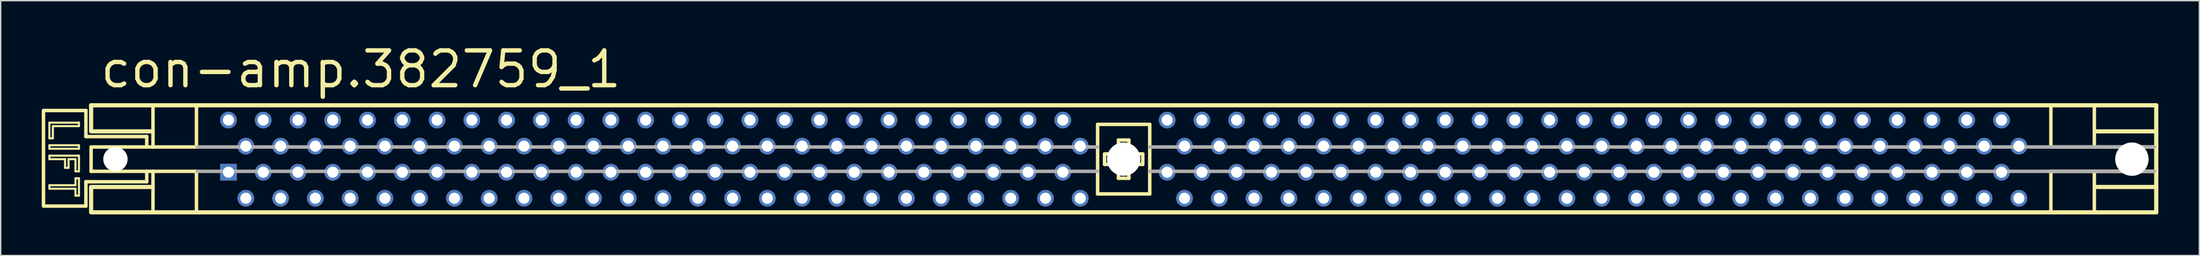
<source format=kicad_pcb>
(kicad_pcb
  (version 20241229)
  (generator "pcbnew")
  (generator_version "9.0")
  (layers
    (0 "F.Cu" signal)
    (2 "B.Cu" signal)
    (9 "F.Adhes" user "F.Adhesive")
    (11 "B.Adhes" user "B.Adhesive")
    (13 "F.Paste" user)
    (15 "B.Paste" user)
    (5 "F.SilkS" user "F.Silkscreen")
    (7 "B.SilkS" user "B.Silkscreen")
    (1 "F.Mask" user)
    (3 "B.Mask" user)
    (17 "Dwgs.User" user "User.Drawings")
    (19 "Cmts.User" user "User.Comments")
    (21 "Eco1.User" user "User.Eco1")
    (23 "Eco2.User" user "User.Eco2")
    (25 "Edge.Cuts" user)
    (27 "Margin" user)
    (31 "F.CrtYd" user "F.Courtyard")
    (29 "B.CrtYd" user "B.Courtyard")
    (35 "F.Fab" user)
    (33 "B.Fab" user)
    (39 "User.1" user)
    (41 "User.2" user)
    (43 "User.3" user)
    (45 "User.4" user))
  (footprint "con-amp.382759_1"
    (layer "F.Cu")
    (at 79.045 8.58)
    (property "Reference" "con-amp.382759_1" (at -74.93 -5.08 0) (layer "F.SilkS") (effects (font (size 2.54 2.54) (thickness 0.32)) (justify left bottom)))
    (attr through_hole)
    (fp_line (start -78.918 -3.556) (end -78.918 3.429) (stroke (width 0.254) (type default)) (layer "F.SilkS"))
    (fp_line (start -78.867 -3.556) (end -75.819 -3.556) (stroke (width 0.254) (type default)) (layer "F.SilkS"))
    (fp_line (start -78.486 -2.667) (end -78.486 -1.524) (stroke (width 0.152) (type default)) (layer "F.SilkS"))
    (fp_line (start -78.486 -1.524) (end -78.232 -1.524) (stroke (width 0.152) (type default)) (layer "F.SilkS"))
    (fp_line (start -78.486 -1.016) (end -78.486 -0.762) (stroke (width 0.152) (type default)) (layer "F.SilkS"))
    (fp_line (start -78.486 -0.762) (end -76.327 -0.762) (stroke (width 0.152) (type default)) (layer "F.SilkS"))
    (fp_line (start -78.486 -0.254) (end -76.327 -0.254) (stroke (width 0.152) (type default)) (layer "F.SilkS"))
    (fp_line (start -78.486 0) (end -78.486 -0.254) (stroke (width 0.152) (type default)) (layer "F.SilkS"))
    (fp_line (start -78.486 1.905) (end -76.581 1.905) (stroke (width 0.152) (type default)) (layer "F.SilkS"))
    (fp_line (start -78.486 2.159) (end -78.486 1.905) (stroke (width 0.152) (type default)) (layer "F.SilkS"))
    (fp_line (start -78.232 -2.413) (end -76.327 -2.413) (stroke (width 0.152) (type default)) (layer "F.SilkS"))
    (fp_line (start -78.232 -1.524) (end -78.232 -2.413) (stroke (width 0.152) (type default)) (layer "F.SilkS"))
    (fp_line (start -77.343 0) (end -78.486 0) (stroke (width 0.152) (type default)) (layer "F.SilkS"))
    (fp_line (start -77.343 0.635) (end -77.343 0) (stroke (width 0.152) (type default)) (layer "F.SilkS"))
    (fp_line (start -77.089 0) (end -77.089 0.635) (stroke (width 0.152) (type default)) (layer "F.SilkS"))
    (fp_line (start -77.089 0.635) (end -77.343 0.635) (stroke (width 0.152) (type default)) (layer "F.SilkS"))
    (fp_line (start -76.581 0) (end -77.089 0) (stroke (width 0.152) (type default)) (layer "F.SilkS"))
    (fp_line (start -76.581 0.889) (end -76.581 0) (stroke (width 0.152) (type default)) (layer "F.SilkS"))
    (fp_line (start -76.581 1.397) (end -76.327 1.397) (stroke (width 0.152) (type default)) (layer "F.SilkS"))
    (fp_line (start -76.581 1.905) (end -76.581 1.397) (stroke (width 0.152) (type default)) (layer "F.SilkS"))
    (fp_line (start -76.581 2.159) (end -78.486 2.159) (stroke (width 0.152) (type default)) (layer "F.SilkS"))
    (fp_line (start -76.581 2.667) (end -76.581 2.159) (stroke (width 0.152) (type default)) (layer "F.SilkS"))
    (fp_line (start -76.327 -2.667) (end -78.486 -2.667) (stroke (width 0.152) (type default)) (layer "F.SilkS"))
    (fp_line (start -76.327 -2.413) (end -76.327 -2.667) (stroke (width 0.152) (type default)) (layer "F.SilkS"))
    (fp_line (start -76.327 -1.016) (end -78.486 -1.016) (stroke (width 0.152) (type default)) (layer "F.SilkS"))
    (fp_line (start -76.327 -0.762) (end -76.327 -1.016) (stroke (width 0.152) (type default)) (layer "F.SilkS"))
    (fp_line (start -76.327 -0.254) (end -76.327 0.889) (stroke (width 0.152) (type default)) (layer "F.SilkS"))
    (fp_line (start -76.327 0.889) (end -76.581 0.889) (stroke (width 0.152) (type default)) (layer "F.SilkS"))
    (fp_line (start -76.327 1.397) (end -76.327 2.667) (stroke (width 0.152) (type default)) (layer "F.SilkS"))
    (fp_line (start -76.327 2.667) (end -76.581 2.667) (stroke (width 0.152) (type default)) (layer "F.SilkS"))
    (fp_line (start -75.819 -3.556) (end -75.819 -1.651) (stroke (width 0.254) (type default)) (layer "F.SilkS"))
    (fp_line (start -75.819 -1.651) (end -71.374 -1.651) (stroke (width 0.254) (type default)) (layer "F.SilkS"))
    (fp_line (start -75.819 1.651) (end -75.819 3.429) (stroke (width 0.254) (type default)) (layer "F.SilkS"))
    (fp_line (start -75.819 3.429) (end -78.867 3.429) (stroke (width 0.254) (type default)) (layer "F.SilkS"))
    (fp_line (start -75.438 -3.937) (end -75.438 -2.032) (stroke (width 0.305) (type default)) (layer "F.SilkS"))
    (fp_line (start -75.438 -3.937) (end 75.438 -3.937) (stroke (width 0.305) (type default)) (layer "F.SilkS"))
    (fp_line (start -75.438 -0.889) (end -75.438 0.889) (stroke (width 0.254) (type default)) (layer "F.SilkS"))
    (fp_line (start -75.438 0.889) (end -71.374 0.889) (stroke (width 0.254) (type default)) (layer "F.SilkS"))
    (fp_line (start -75.438 2.032) (end -75.438 3.81) (stroke (width 0.305) (type default)) (layer "F.SilkS"))
    (fp_line (start -75.311 -2.032) (end -70.993 -2.032) (stroke (width 0.305) (type default)) (layer "F.SilkS"))
    (fp_line (start -75.311 2.032) (end -70.993 2.032) (stroke (width 0.305) (type default)) (layer "F.SilkS"))
    (fp_line (start -71.374 -1.651) (end -71.374 -0.889) (stroke (width 0.254) (type default)) (layer "F.SilkS"))
    (fp_line (start -71.374 -0.889) (end -75.438 -0.889) (stroke (width 0.254) (type default)) (layer "F.SilkS"))
    (fp_line (start -71.374 0.889) (end -71.374 1.651) (stroke (width 0.254) (type default)) (layer "F.SilkS"))
    (fp_line (start -71.374 1.651) (end -75.819 1.651) (stroke (width 0.254) (type default)) (layer "F.SilkS"))
    (fp_line (start -71.247 -0.889) (end -67.818 -0.889) (stroke (width 0.254) (type default)) (layer "F.SilkS"))
    (fp_line (start -71.247 0.889) (end -67.818 0.889) (stroke (width 0.254) (type default)) (layer "F.SilkS"))
    (fp_line (start -70.917 -3.861) (end -70.917 -0.889) (stroke (width 0.254) (type default)) (layer "F.SilkS"))
    (fp_line (start -70.917 0.889) (end -70.917 3.81) (stroke (width 0.254) (type default)) (layer "F.SilkS"))
    (fp_line (start -67.742 -3.861) (end -67.742 -0.889) (stroke (width 0.254) (type default)) (layer "F.SilkS"))
    (fp_line (start -67.742 0.889) (end -67.742 3.81) (stroke (width 0.254) (type default)) (layer "F.SilkS"))
    (fp_line (start -1.905 -2.54) (end -1.905 2.54) (stroke (width 0.254) (type default)) (layer "F.SilkS"))
    (fp_line (start -1.905 2.54) (end 1.905 2.54) (stroke (width 0.254) (type default)) (layer "F.SilkS"))
    (fp_line (start -1.397 -0.381) (end -1.397 0.381) (stroke (width 0.254) (type default)) (layer "F.SilkS"))
    (fp_line (start -1.397 0.381) (end -0.381 0.381) (stroke (width 0.254) (type default)) (layer "F.SilkS"))
    (fp_line (start -0.381 -1.397) (end -0.381 -0.381) (stroke (width 0.254) (type default)) (layer "F.SilkS"))
    (fp_line (start -0.381 -0.381) (end -1.397 -0.381) (stroke (width 0.254) (type default)) (layer "F.SilkS"))
    (fp_line (start -0.381 0.381) (end -0.381 1.397) (stroke (width 0.254) (type default)) (layer "F.SilkS"))
    (fp_line (start -0.381 1.397) (end 0.381 1.397) (stroke (width 0.254) (type default)) (layer "F.SilkS"))
    (fp_line (start 0.381 -1.397) (end -0.381 -1.397) (stroke (width 0.254) (type default)) (layer "F.SilkS"))
    (fp_line (start 0.381 -0.381) (end 0.381 -1.397) (stroke (width 0.254) (type default)) (layer "F.SilkS"))
    (fp_line (start 0.381 0.381) (end 1.397 0.381) (stroke (width 0.254) (type default)) (layer "F.SilkS"))
    (fp_line (start 0.381 1.397) (end 0.381 0.381) (stroke (width 0.254) (type default)) (layer "F.SilkS"))
    (fp_line (start 1.397 -0.381) (end 0.381 -0.381) (stroke (width 0.254) (type default)) (layer "F.SilkS"))
    (fp_line (start 1.397 0.381) (end 1.397 -0.381) (stroke (width 0.254) (type default)) (layer "F.SilkS"))
    (fp_line (start 1.905 -2.54) (end -1.905 -2.54) (stroke (width 0.254) (type default)) (layer "F.SilkS"))
    (fp_line (start 1.905 2.54) (end 1.905 -2.54) (stroke (width 0.254) (type default)) (layer "F.SilkS"))
    (fp_line (start 67.742 -3.861) (end 67.742 -0.889) (stroke (width 0.254) (type default)) (layer "F.SilkS"))
    (fp_line (start 67.742 0.889) (end 67.742 3.81) (stroke (width 0.254) (type default)) (layer "F.SilkS"))
    (fp_line (start 70.917 -3.861) (end 70.917 -0.889) (stroke (width 0.254) (type default)) (layer "F.SilkS"))
    (fp_line (start 70.917 0.889) (end 70.917 3.81) (stroke (width 0.254) (type default)) (layer "F.SilkS"))
    (fp_line (start 75.438 -3.937) (end 75.438 -2.032) (stroke (width 0.305) (type default)) (layer "F.SilkS"))
    (fp_line (start 75.438 -2.032) (end 70.993 -2.032) (stroke (width 0.305) (type default)) (layer "F.SilkS"))
    (fp_line (start 75.438 -2.032) (end 75.438 -0.889) (stroke (width 0.305) (type default)) (layer "F.SilkS"))
    (fp_line (start 75.438 -0.889) (end 67.818 -0.889) (stroke (width 0.254) (type default)) (layer "F.SilkS"))
    (fp_line (start 75.438 -0.889) (end 75.438 0.889) (stroke (width 0.305) (type default)) (layer "F.SilkS"))
    (fp_line (start 75.438 0.889) (end 67.818 0.889) (stroke (width 0.254) (type default)) (layer "F.SilkS"))
    (fp_line (start 75.438 0.889) (end 75.438 2.032) (stroke (width 0.305) (type default)) (layer "F.SilkS"))
    (fp_line (start 75.438 2.032) (end 70.993 2.032) (stroke (width 0.305) (type default)) (layer "F.SilkS"))
    (fp_line (start 75.438 2.032) (end 75.438 3.886) (stroke (width 0.305) (type default)) (layer "F.SilkS"))
    (fp_line (start 75.438 3.886) (end -75.438 3.886) (stroke (width 0.305) (type default)) (layer "F.SilkS"))
    (fp_line (start -67.691 -0.889) (end -1.905 -0.889) (stroke (width 0.254) (type default)) (layer "F.Fab"))
    (fp_line (start -67.691 0.889) (end -1.905 0.889) (stroke (width 0.254) (type default)) (layer "F.Fab"))
    (fp_line (start 1.905 -0.889) (end 75.311 -0.889) (stroke (width 0.254) (type default)) (layer "F.Fab"))
    (fp_line (start 1.905 0.889) (end 75.311 0.889) (stroke (width 0.254) (type default)) (layer "F.Fab"))
    (pad "" np_thru_hole circle (at -73.66 0) (size 1.778 1.778) (drill 1.778) (layers "*.Cu" "*.Mask"))
    (pad "" np_thru_hole circle (at 0 0) (size 2.438 2.438) (drill 2.438) (layers "*.Cu" "*.Mask"))
    (pad "" np_thru_hole circle (at 73.66 0) (size 2.438 2.438) (drill 2.438) (layers "*.Cu" "*.Mask"))
    (pad "1" thru_hole rect (at -65.405 0.953) (size 1.219 1.219) (drill 0.813) (layers "*.Cu" "*.Mask"))
    (pad "2" thru_hole circle (at -64.135 2.857) (size 1.219 1.219) (drill 0.813) (layers "*.Cu" "*.Mask"))
    (pad "3" thru_hole circle (at -62.865 0.953) (size 1.219 1.219) (drill 0.813) (layers "*.Cu" "*.Mask"))
    (pad "4" thru_hole circle (at -61.595 2.857) (size 1.219 1.219) (drill 0.813) (layers "*.Cu" "*.Mask"))
    (pad "5" thru_hole circle (at -60.325 0.953) (size 1.219 1.219) (drill 0.813) (layers "*.Cu" "*.Mask"))
    (pad "6" thru_hole circle (at -59.055 2.857) (size 1.219 1.219) (drill 0.813) (layers "*.Cu" "*.Mask"))
    (pad "7" thru_hole circle (at -57.785 0.953) (size 1.219 1.219) (drill 0.813) (layers "*.Cu" "*.Mask"))
    (pad "8" thru_hole circle (at -56.515 2.857) (size 1.219 1.219) (drill 0.813) (layers "*.Cu" "*.Mask"))
    (pad "9" thru_hole circle (at -55.245 0.953) (size 1.219 1.219) (drill 0.813) (layers "*.Cu" "*.Mask"))
    (pad "10" thru_hole circle (at -53.975 2.857) (size 1.219 1.219) (drill 0.813) (layers "*.Cu" "*.Mask"))
    (pad "11" thru_hole circle (at -52.705 0.953) (size 1.219 1.219) (drill 0.813) (layers "*.Cu" "*.Mask"))
    (pad "12" thru_hole circle (at -51.435 2.857) (size 1.219 1.219) (drill 0.813) (layers "*.Cu" "*.Mask"))
    (pad "13" thru_hole circle (at -50.165 0.953) (size 1.219 1.219) (drill 0.813) (layers "*.Cu" "*.Mask"))
    (pad "14" thru_hole circle (at -48.895 2.857) (size 1.219 1.219) (drill 0.813) (layers "*.Cu" "*.Mask"))
    (pad "15" thru_hole circle (at -47.625 0.953) (size 1.219 1.219) (drill 0.813) (layers "*.Cu" "*.Mask"))
    (pad "16" thru_hole circle (at -46.355 2.857) (size 1.219 1.219) (drill 0.813) (layers "*.Cu" "*.Mask"))
    (pad "17" thru_hole circle (at -45.085 0.953) (size 1.219 1.219) (drill 0.813) (layers "*.Cu" "*.Mask"))
    (pad "18" thru_hole circle (at -43.815 2.857) (size 1.219 1.219) (drill 0.813) (layers "*.Cu" "*.Mask"))
    (pad "19" thru_hole circle (at -42.545 0.953) (size 1.219 1.219) (drill 0.813) (layers "*.Cu" "*.Mask"))
    (pad "20" thru_hole circle (at -41.275 2.857) (size 1.219 1.219) (drill 0.813) (layers "*.Cu" "*.Mask"))
    (pad "21" thru_hole circle (at -40.005 0.953) (size 1.219 1.219) (drill 0.813) (layers "*.Cu" "*.Mask"))
    (pad "22" thru_hole circle (at -38.735 2.857) (size 1.219 1.219) (drill 0.813) (layers "*.Cu" "*.Mask"))
    (pad "23" thru_hole circle (at -37.465 0.953) (size 1.219 1.219) (drill 0.813) (layers "*.Cu" "*.Mask"))
    (pad "24" thru_hole circle (at -36.195 2.857) (size 1.219 1.219) (drill 0.813) (layers "*.Cu" "*.Mask"))
    (pad "25" thru_hole circle (at -34.925 0.953) (size 1.219 1.219) (drill 0.813) (layers "*.Cu" "*.Mask"))
    (pad "26" thru_hole circle (at -33.655 2.857) (size 1.219 1.219) (drill 0.813) (layers "*.Cu" "*.Mask"))
    (pad "27" thru_hole circle (at -32.385 0.953) (size 1.219 1.219) (drill 0.813) (layers "*.Cu" "*.Mask"))
    (pad "28" thru_hole circle (at -31.115 2.857) (size 1.219 1.219) (drill 0.813) (layers "*.Cu" "*.Mask"))
    (pad "29" thru_hole circle (at -29.845 0.953) (size 1.219 1.219) (drill 0.813) (layers "*.Cu" "*.Mask"))
    (pad "30" thru_hole circle (at -28.575 2.857) (size 1.219 1.219) (drill 0.813) (layers "*.Cu" "*.Mask"))
    (pad "31" thru_hole circle (at -27.305 0.953) (size 1.219 1.219) (drill 0.813) (layers "*.Cu" "*.Mask"))
    (pad "32" thru_hole circle (at -26.035 2.857) (size 1.219 1.219) (drill 0.813) (layers "*.Cu" "*.Mask"))
    (pad "33" thru_hole circle (at -24.765 0.953) (size 1.219 1.219) (drill 0.813) (layers "*.Cu" "*.Mask"))
    (pad "34" thru_hole circle (at -23.495 2.857) (size 1.219 1.219) (drill 0.813) (layers "*.Cu" "*.Mask"))
    (pad "35" thru_hole circle (at -22.225 0.953) (size 1.219 1.219) (drill 0.813) (layers "*.Cu" "*.Mask"))
    (pad "36" thru_hole circle (at -20.955 2.857) (size 1.219 1.219) (drill 0.813) (layers "*.Cu" "*.Mask"))
    (pad "37" thru_hole circle (at -19.685 0.953) (size 1.219 1.219) (drill 0.813) (layers "*.Cu" "*.Mask"))
    (pad "38" thru_hole circle (at -18.415 2.857) (size 1.219 1.219) (drill 0.813) (layers "*.Cu" "*.Mask"))
    (pad "39" thru_hole circle (at -17.145 0.953) (size 1.219 1.219) (drill 0.813) (layers "*.Cu" "*.Mask"))
    (pad "40" thru_hole circle (at -15.875 2.857) (size 1.219 1.219) (drill 0.813) (layers "*.Cu" "*.Mask"))
    (pad "41" thru_hole circle (at -14.605 0.953) (size 1.219 1.219) (drill 0.813) (layers "*.Cu" "*.Mask"))
    (pad "42" thru_hole circle (at -13.335 2.857) (size 1.219 1.219) (drill 0.813) (layers "*.Cu" "*.Mask"))
    (pad "43" thru_hole circle (at -12.065 0.953) (size 1.219 1.219) (drill 0.813) (layers "*.Cu" "*.Mask"))
    (pad "44" thru_hole circle (at -10.795 2.857) (size 1.219 1.219) (drill 0.813) (layers "*.Cu" "*.Mask"))
    (pad "45" thru_hole circle (at -9.525 0.953) (size 1.219 1.219) (drill 0.813) (layers "*.Cu" "*.Mask"))
    (pad "46" thru_hole circle (at -8.255 2.857) (size 1.219 1.219) (drill 0.813) (layers "*.Cu" "*.Mask"))
    (pad "47" thru_hole circle (at -6.985 0.953) (size 1.219 1.219) (drill 0.813) (layers "*.Cu" "*.Mask"))
    (pad "48" thru_hole circle (at -5.715 2.857) (size 1.219 1.219) (drill 0.813) (layers "*.Cu" "*.Mask"))
    (pad "49" thru_hole circle (at -4.445 0.953) (size 1.219 1.219) (drill 0.813) (layers "*.Cu" "*.Mask"))
    (pad "50" thru_hole circle (at -3.175 2.857) (size 1.219 1.219) (drill 0.813) (layers "*.Cu" "*.Mask"))
    (pad "51" thru_hole circle (at 3.175 0.953) (size 1.219 1.219) (drill 0.813) (layers "*.Cu" "*.Mask"))
    (pad "52" thru_hole circle (at 4.445 2.857) (size 1.219 1.219) (drill 0.813) (layers "*.Cu" "*.Mask"))
    (pad "53" thru_hole circle (at 5.715 0.953) (size 1.219 1.219) (drill 0.813) (layers "*.Cu" "*.Mask"))
    (pad "54" thru_hole circle (at 6.985 2.857) (size 1.219 1.219) (drill 0.813) (layers "*.Cu" "*.Mask"))
    (pad "55" thru_hole circle (at 8.255 0.953) (size 1.219 1.219) (drill 0.813) (layers "*.Cu" "*.Mask"))
    (pad "56" thru_hole circle (at 9.525 2.857) (size 1.219 1.219) (drill 0.813) (layers "*.Cu" "*.Mask"))
    (pad "57" thru_hole circle (at 10.795 0.953) (size 1.219 1.219) (drill 0.813) (layers "*.Cu" "*.Mask"))
    (pad "58" thru_hole circle (at 12.065 2.857) (size 1.219 1.219) (drill 0.813) (layers "*.Cu" "*.Mask"))
    (pad "59" thru_hole circle (at 13.335 0.953) (size 1.219 1.219) (drill 0.813) (layers "*.Cu" "*.Mask"))
    (pad "60" thru_hole circle (at 14.605 2.857) (size 1.219 1.219) (drill 0.813) (layers "*.Cu" "*.Mask"))
    (pad "61" thru_hole circle (at 15.875 0.953) (size 1.219 1.219) (drill 0.813) (layers "*.Cu" "*.Mask"))
    (pad "62" thru_hole circle (at 17.145 2.857) (size 1.219 1.219) (drill 0.813) (layers "*.Cu" "*.Mask"))
    (pad "63" thru_hole circle (at 18.415 0.953) (size 1.219 1.219) (drill 0.813) (layers "*.Cu" "*.Mask"))
    (pad "64" thru_hole circle (at 19.685 2.857) (size 1.219 1.219) (drill 0.813) (layers "*.Cu" "*.Mask"))
    (pad "65" thru_hole circle (at 20.955 0.953) (size 1.219 1.219) (drill 0.813) (layers "*.Cu" "*.Mask"))
    (pad "66" thru_hole circle (at 22.225 2.857) (size 1.219 1.219) (drill 0.813) (layers "*.Cu" "*.Mask"))
    (pad "67" thru_hole circle (at 23.495 0.953) (size 1.219 1.219) (drill 0.813) (layers "*.Cu" "*.Mask"))
    (pad "68" thru_hole circle (at 24.765 2.857) (size 1.219 1.219) (drill 0.813) (layers "*.Cu" "*.Mask"))
    (pad "69" thru_hole circle (at 26.035 0.953) (size 1.219 1.219) (drill 0.813) (layers "*.Cu" "*.Mask"))
    (pad "70" thru_hole circle (at 27.305 2.857) (size 1.219 1.219) (drill 0.813) (layers "*.Cu" "*.Mask"))
    (pad "71" thru_hole circle (at 28.575 0.953) (size 1.219 1.219) (drill 0.813) (layers "*.Cu" "*.Mask"))
    (pad "72" thru_hole circle (at 29.845 2.857) (size 1.219 1.219) (drill 0.813) (layers "*.Cu" "*.Mask"))
    (pad "73" thru_hole circle (at 31.115 0.953) (size 1.219 1.219) (drill 0.813) (layers "*.Cu" "*.Mask"))
    (pad "74" thru_hole circle (at 32.385 2.857) (size 1.219 1.219) (drill 0.813) (layers "*.Cu" "*.Mask"))
    (pad "75" thru_hole circle (at 33.655 0.953) (size 1.219 1.219) (drill 0.813) (layers "*.Cu" "*.Mask"))
    (pad "76" thru_hole circle (at 34.925 2.857) (size 1.219 1.219) (drill 0.813) (layers "*.Cu" "*.Mask"))
    (pad "77" thru_hole circle (at 36.195 0.953) (size 1.219 1.219) (drill 0.813) (layers "*.Cu" "*.Mask"))
    (pad "78" thru_hole circle (at 37.465 2.857) (size 1.219 1.219) (drill 0.813) (layers "*.Cu" "*.Mask"))
    (pad "79" thru_hole circle (at 38.735 0.953) (size 1.219 1.219) (drill 0.813) (layers "*.Cu" "*.Mask"))
    (pad "80" thru_hole circle (at 40.005 2.857) (size 1.219 1.219) (drill 0.813) (layers "*.Cu" "*.Mask"))
    (pad "81" thru_hole circle (at 41.275 0.953) (size 1.219 1.219) (drill 0.813) (layers "*.Cu" "*.Mask"))
    (pad "82" thru_hole circle (at 42.545 2.857) (size 1.219 1.219) (drill 0.813) (layers "*.Cu" "*.Mask"))
    (pad "83" thru_hole circle (at 43.815 0.953) (size 1.219 1.219) (drill 0.813) (layers "*.Cu" "*.Mask"))
    (pad "84" thru_hole circle (at 45.085 2.857) (size 1.219 1.219) (drill 0.813) (layers "*.Cu" "*.Mask"))
    (pad "85" thru_hole circle (at 46.355 0.953) (size 1.219 1.219) (drill 0.813) (layers "*.Cu" "*.Mask"))
    (pad "86" thru_hole circle (at 47.625 2.857) (size 1.219 1.219) (drill 0.813) (layers "*.Cu" "*.Mask"))
    (pad "87" thru_hole circle (at 48.895 0.953) (size 1.219 1.219) (drill 0.813) (layers "*.Cu" "*.Mask"))
    (pad "88" thru_hole circle (at 50.165 2.857) (size 1.219 1.219) (drill 0.813) (layers "*.Cu" "*.Mask"))
    (pad "89" thru_hole circle (at 51.435 0.953) (size 1.219 1.219) (drill 0.813) (layers "*.Cu" "*.Mask"))
    (pad "90" thru_hole circle (at 52.705 2.857) (size 1.219 1.219) (drill 0.813) (layers "*.Cu" "*.Mask"))
    (pad "91" thru_hole circle (at 53.975 0.953) (size 1.219 1.219) (drill 0.813) (layers "*.Cu" "*.Mask"))
    (pad "92" thru_hole circle (at 55.245 2.857) (size 1.219 1.219) (drill 0.813) (layers "*.Cu" "*.Mask"))
    (pad "93" thru_hole circle (at 56.515 0.953) (size 1.219 1.219) (drill 0.813) (layers "*.Cu" "*.Mask"))
    (pad "94" thru_hole circle (at 57.785 2.857) (size 1.219 1.219) (drill 0.813) (layers "*.Cu" "*.Mask"))
    (pad "95" thru_hole circle (at 59.055 0.953) (size 1.219 1.219) (drill 0.813) (layers "*.Cu" "*.Mask"))
    (pad "96" thru_hole circle (at 60.325 2.857) (size 1.219 1.219) (drill 0.813) (layers "*.Cu" "*.Mask"))
    (pad "97" thru_hole circle (at 61.595 0.953) (size 1.219 1.219) (drill 0.813) (layers "*.Cu" "*.Mask"))
    (pad "98" thru_hole circle (at 62.865 2.857) (size 1.219 1.219) (drill 0.813) (layers "*.Cu" "*.Mask"))
    (pad "99" thru_hole circle (at 64.135 0.953) (size 1.219 1.219) (drill 0.813) (layers "*.Cu" "*.Mask"))
    (pad "100" thru_hole circle (at 65.405 2.857) (size 1.219 1.219) (drill 0.813) (layers "*.Cu" "*.Mask"))
    (pad "101" thru_hole circle (at -65.405 -2.857) (size 1.219 1.219) (drill 0.813) (layers "*.Cu" "*.Mask"))
    (pad "102" thru_hole circle (at -64.135 -0.953) (size 1.219 1.219) (drill 0.813) (layers "*.Cu" "*.Mask"))
    (pad "103" thru_hole circle (at -62.865 -2.857) (size 1.219 1.219) (drill 0.813) (layers "*.Cu" "*.Mask"))
    (pad "104" thru_hole circle (at -61.595 -0.953) (size 1.219 1.219) (drill 0.813) (layers "*.Cu" "*.Mask"))
    (pad "105" thru_hole circle (at -60.325 -2.857) (size 1.219 1.219) (drill 0.813) (layers "*.Cu" "*.Mask"))
    (pad "106" thru_hole circle (at -59.055 -0.953) (size 1.219 1.219) (drill 0.813) (layers "*.Cu" "*.Mask"))
    (pad "107" thru_hole circle (at -57.785 -2.857) (size 1.219 1.219) (drill 0.813) (layers "*.Cu" "*.Mask"))
    (pad "108" thru_hole circle (at -56.515 -0.953) (size 1.219 1.219) (drill 0.813) (layers "*.Cu" "*.Mask"))
    (pad "109" thru_hole circle (at -55.245 -2.857) (size 1.219 1.219) (drill 0.813) (layers "*.Cu" "*.Mask"))
    (pad "110" thru_hole circle (at -53.975 -0.953) (size 1.219 1.219) (drill 0.813) (layers "*.Cu" "*.Mask"))
    (pad "111" thru_hole circle (at -52.705 -2.857) (size 1.219 1.219) (drill 0.813) (layers "*.Cu" "*.Mask"))
    (pad "112" thru_hole circle (at -51.435 -0.953) (size 1.219 1.219) (drill 0.813) (layers "*.Cu" "*.Mask"))
    (pad "113" thru_hole circle (at -50.165 -2.857) (size 1.219 1.219) (drill 0.813) (layers "*.Cu" "*.Mask"))
    (pad "114" thru_hole circle (at -48.895 -0.953) (size 1.219 1.219) (drill 0.813) (layers "*.Cu" "*.Mask"))
    (pad "115" thru_hole circle (at -47.625 -2.857) (size 1.219 1.219) (drill 0.813) (layers "*.Cu" "*.Mask"))
    (pad "116" thru_hole circle (at -46.355 -0.953) (size 1.219 1.219) (drill 0.813) (layers "*.Cu" "*.Mask"))
    (pad "117" thru_hole circle (at -45.085 -2.857) (size 1.219 1.219) (drill 0.813) (layers "*.Cu" "*.Mask"))
    (pad "118" thru_hole circle (at -43.815 -0.953) (size 1.219 1.219) (drill 0.813) (layers "*.Cu" "*.Mask"))
    (pad "119" thru_hole circle (at -42.545 -2.857) (size 1.219 1.219) (drill 0.813) (layers "*.Cu" "*.Mask"))
    (pad "120" thru_hole circle (at -41.275 -0.953) (size 1.219 1.219) (drill 0.813) (layers "*.Cu" "*.Mask"))
    (pad "121" thru_hole circle (at -40.005 -2.857) (size 1.219 1.219) (drill 0.813) (layers "*.Cu" "*.Mask"))
    (pad "122" thru_hole circle (at -38.735 -0.953) (size 1.219 1.219) (drill 0.813) (layers "*.Cu" "*.Mask"))
    (pad "123" thru_hole circle (at -37.465 -2.857) (size 1.219 1.219) (drill 0.813) (layers "*.Cu" "*.Mask"))
    (pad "124" thru_hole circle (at -36.195 -0.953) (size 1.219 1.219) (drill 0.813) (layers "*.Cu" "*.Mask"))
    (pad "125" thru_hole circle (at -34.925 -2.857) (size 1.219 1.219) (drill 0.813) (layers "*.Cu" "*.Mask"))
    (pad "126" thru_hole circle (at -33.655 -0.953) (size 1.219 1.219) (drill 0.813) (layers "*.Cu" "*.Mask"))
    (pad "127" thru_hole circle (at -32.385 -2.857) (size 1.219 1.219) (drill 0.813) (layers "*.Cu" "*.Mask"))
    (pad "128" thru_hole circle (at -31.115 -0.953) (size 1.219 1.219) (drill 0.813) (layers "*.Cu" "*.Mask"))
    (pad "129" thru_hole circle (at -29.845 -2.857) (size 1.219 1.219) (drill 0.813) (layers "*.Cu" "*.Mask"))
    (pad "130" thru_hole circle (at -28.575 -0.953) (size 1.219 1.219) (drill 0.813) (layers "*.Cu" "*.Mask"))
    (pad "131" thru_hole circle (at -27.305 -2.857) (size 1.219 1.219) (drill 0.813) (layers "*.Cu" "*.Mask"))
    (pad "132" thru_hole circle (at -26.035 -0.953) (size 1.219 1.219) (drill 0.813) (layers "*.Cu" "*.Mask"))
    (pad "133" thru_hole circle (at -24.765 -2.857) (size 1.219 1.219) (drill 0.813) (layers "*.Cu" "*.Mask"))
    (pad "134" thru_hole circle (at -23.495 -0.953) (size 1.219 1.219) (drill 0.813) (layers "*.Cu" "*.Mask"))
    (pad "135" thru_hole circle (at -22.225 -2.857) (size 1.219 1.219) (drill 0.813) (layers "*.Cu" "*.Mask"))
    (pad "136" thru_hole circle (at -20.955 -0.953) (size 1.219 1.219) (drill 0.813) (layers "*.Cu" "*.Mask"))
    (pad "137" thru_hole circle (at -19.685 -2.857) (size 1.219 1.219) (drill 0.813) (layers "*.Cu" "*.Mask"))
    (pad "138" thru_hole circle (at -18.415 -0.953) (size 1.219 1.219) (drill 0.813) (layers "*.Cu" "*.Mask"))
    (pad "139" thru_hole circle (at -17.145 -2.857) (size 1.219 1.219) (drill 0.813) (layers "*.Cu" "*.Mask"))
    (pad "140" thru_hole circle (at -15.875 -0.953) (size 1.219 1.219) (drill 0.813) (layers "*.Cu" "*.Mask"))
    (pad "141" thru_hole circle (at -14.605 -2.857) (size 1.219 1.219) (drill 0.813) (layers "*.Cu" "*.Mask"))
    (pad "142" thru_hole circle (at -13.335 -0.953) (size 1.219 1.219) (drill 0.813) (layers "*.Cu" "*.Mask"))
    (pad "143" thru_hole circle (at -12.065 -2.857) (size 1.219 1.219) (drill 0.813) (layers "*.Cu" "*.Mask"))
    (pad "144" thru_hole circle (at -10.795 -0.953) (size 1.219 1.219) (drill 0.813) (layers "*.Cu" "*.Mask"))
    (pad "145" thru_hole circle (at -9.525 -2.857) (size 1.219 1.219) (drill 0.813) (layers "*.Cu" "*.Mask"))
    (pad "146" thru_hole circle (at -8.255 -0.953) (size 1.219 1.219) (drill 0.813) (layers "*.Cu" "*.Mask"))
    (pad "147" thru_hole circle (at -6.985 -2.857) (size 1.219 1.219) (drill 0.813) (layers "*.Cu" "*.Mask"))
    (pad "148" thru_hole circle (at -5.715 -0.953) (size 1.219 1.219) (drill 0.813) (layers "*.Cu" "*.Mask"))
    (pad "149" thru_hole circle (at -4.445 -2.857) (size 1.219 1.219) (drill 0.813) (layers "*.Cu" "*.Mask"))
    (pad "150" thru_hole circle (at -3.175 -0.953) (size 1.219 1.219) (drill 0.813) (layers "*.Cu" "*.Mask"))
    (pad "151" thru_hole circle (at 3.175 -2.857) (size 1.219 1.219) (drill 0.813) (layers "*.Cu" "*.Mask"))
    (pad "152" thru_hole circle (at 4.445 -0.953) (size 1.219 1.219) (drill 0.813) (layers "*.Cu" "*.Mask"))
    (pad "153" thru_hole circle (at 5.715 -2.857) (size 1.219 1.219) (drill 0.813) (layers "*.Cu" "*.Mask"))
    (pad "154" thru_hole circle (at 6.985 -0.953) (size 1.219 1.219) (drill 0.813) (layers "*.Cu" "*.Mask"))
    (pad "155" thru_hole circle (at 8.255 -2.857) (size 1.219 1.219) (drill 0.813) (layers "*.Cu" "*.Mask"))
    (pad "156" thru_hole circle (at 9.525 -0.953) (size 1.219 1.219) (drill 0.813) (layers "*.Cu" "*.Mask"))
    (pad "157" thru_hole circle (at 10.795 -2.857) (size 1.219 1.219) (drill 0.813) (layers "*.Cu" "*.Mask"))
    (pad "158" thru_hole circle (at 12.065 -0.953) (size 1.219 1.219) (drill 0.813) (layers "*.Cu" "*.Mask"))
    (pad "159" thru_hole circle (at 13.335 -2.857) (size 1.219 1.219) (drill 0.813) (layers "*.Cu" "*.Mask"))
    (pad "160" thru_hole circle (at 14.605 -0.953) (size 1.219 1.219) (drill 0.813) (layers "*.Cu" "*.Mask"))
    (pad "161" thru_hole circle (at 15.875 -2.857) (size 1.219 1.219) (drill 0.813) (layers "*.Cu" "*.Mask"))
    (pad "162" thru_hole circle (at 17.145 -0.953) (size 1.219 1.219) (drill 0.813) (layers "*.Cu" "*.Mask"))
    (pad "163" thru_hole circle (at 18.415 -2.857) (size 1.219 1.219) (drill 0.813) (layers "*.Cu" "*.Mask"))
    (pad "164" thru_hole circle (at 19.685 -0.953) (size 1.219 1.219) (drill 0.813) (layers "*.Cu" "*.Mask"))
    (pad "165" thru_hole circle (at 20.955 -2.857) (size 1.219 1.219) (drill 0.813) (layers "*.Cu" "*.Mask"))
    (pad "166" thru_hole circle (at 22.225 -0.953) (size 1.219 1.219) (drill 0.813) (layers "*.Cu" "*.Mask"))
    (pad "167" thru_hole circle (at 23.495 -2.857) (size 1.219 1.219) (drill 0.813) (layers "*.Cu" "*.Mask"))
    (pad "168" thru_hole circle (at 24.765 -0.953) (size 1.219 1.219) (drill 0.813) (layers "*.Cu" "*.Mask"))
    (pad "169" thru_hole circle (at 26.035 -2.857) (size 1.219 1.219) (drill 0.813) (layers "*.Cu" "*.Mask"))
    (pad "170" thru_hole circle (at 27.305 -0.953) (size 1.219 1.219) (drill 0.813) (layers "*.Cu" "*.Mask"))
    (pad "171" thru_hole circle (at 28.575 -2.857) (size 1.219 1.219) (drill 0.813) (layers "*.Cu" "*.Mask"))
    (pad "172" thru_hole circle (at 29.845 -0.953) (size 1.219 1.219) (drill 0.813) (layers "*.Cu" "*.Mask"))
    (pad "173" thru_hole circle (at 31.115 -2.857) (size 1.219 1.219) (drill 0.813) (layers "*.Cu" "*.Mask"))
    (pad "174" thru_hole circle (at 32.385 -0.953) (size 1.219 1.219) (drill 0.813) (layers "*.Cu" "*.Mask"))
    (pad "175" thru_hole circle (at 33.655 -2.857) (size 1.219 1.219) (drill 0.813) (layers "*.Cu" "*.Mask"))
    (pad "176" thru_hole circle (at 34.925 -0.953) (size 1.219 1.219) (drill 0.813) (layers "*.Cu" "*.Mask"))
    (pad "177" thru_hole circle (at 36.195 -2.857) (size 1.219 1.219) (drill 0.813) (layers "*.Cu" "*.Mask"))
    (pad "178" thru_hole circle (at 37.465 -0.953) (size 1.219 1.219) (drill 0.813) (layers "*.Cu" "*.Mask"))
    (pad "179" thru_hole circle (at 38.735 -2.857) (size 1.219 1.219) (drill 0.813) (layers "*.Cu" "*.Mask"))
    (pad "180" thru_hole circle (at 40.005 -0.953) (size 1.219 1.219) (drill 0.813) (layers "*.Cu" "*.Mask"))
    (pad "181" thru_hole circle (at 41.275 -2.857) (size 1.219 1.219) (drill 0.813) (layers "*.Cu" "*.Mask"))
    (pad "182" thru_hole circle (at 42.545 -0.953) (size 1.219 1.219) (drill 0.813) (layers "*.Cu" "*.Mask"))
    (pad "183" thru_hole circle (at 43.815 -2.857) (size 1.219 1.219) (drill 0.813) (layers "*.Cu" "*.Mask"))
    (pad "184" thru_hole circle (at 45.085 -0.953) (size 1.219 1.219) (drill 0.813) (layers "*.Cu" "*.Mask"))
    (pad "185" thru_hole circle (at 46.355 -2.857) (size 1.219 1.219) (drill 0.813) (layers "*.Cu" "*.Mask"))
    (pad "186" thru_hole circle (at 47.625 -0.953) (size 1.219 1.219) (drill 0.813) (layers "*.Cu" "*.Mask"))
    (pad "187" thru_hole circle (at 48.895 -2.857) (size 1.219 1.219) (drill 0.813) (layers "*.Cu" "*.Mask"))
    (pad "188" thru_hole circle (at 50.165 -0.953) (size 1.219 1.219) (drill 0.813) (layers "*.Cu" "*.Mask"))
    (pad "189" thru_hole circle (at 51.435 -2.857) (size 1.219 1.219) (drill 0.813) (layers "*.Cu" "*.Mask"))
    (pad "190" thru_hole circle (at 52.705 -0.953) (size 1.219 1.219) (drill 0.813) (layers "*.Cu" "*.Mask"))
    (pad "191" thru_hole circle (at 53.975 -2.857) (size 1.219 1.219) (drill 0.813) (layers "*.Cu" "*.Mask"))
    (pad "192" thru_hole circle (at 55.245 -0.953) (size 1.219 1.219) (drill 0.813) (layers "*.Cu" "*.Mask"))
    (pad "193" thru_hole circle (at 56.515 -2.857) (size 1.219 1.219) (drill 0.813) (layers "*.Cu" "*.Mask"))
    (pad "194" thru_hole circle (at 57.785 -0.953) (size 1.219 1.219) (drill 0.813) (layers "*.Cu" "*.Mask"))
    (pad "195" thru_hole circle (at 59.055 -2.857) (size 1.219 1.219) (drill 0.813) (layers "*.Cu" "*.Mask"))
    (pad "196" thru_hole circle (at 60.325 -0.953) (size 1.219 1.219) (drill 0.813) (layers "*.Cu" "*.Mask"))
    (pad "197" thru_hole circle (at 61.595 -2.857) (size 1.219 1.219) (drill 0.813) (layers "*.Cu" "*.Mask"))
    (pad "198" thru_hole circle (at 62.865 -0.953) (size 1.219 1.219) (drill 0.813) (layers "*.Cu" "*.Mask"))
    (pad "199" thru_hole circle (at 64.135 -2.857) (size 1.219 1.219) (drill 0.813) (layers "*.Cu" "*.Mask"))
    (pad "200" thru_hole circle (at 65.405 -0.953) (size 1.219 1.219) (drill 0.813) (layers "*.Cu" "*.Mask")))
  (gr_rect
    (start -3 -3)
    (end 157.635 15.619)
    (stroke (width 0.1) (type default))
    (fill no)
    (layer "Edge.Cuts")))
</source>
